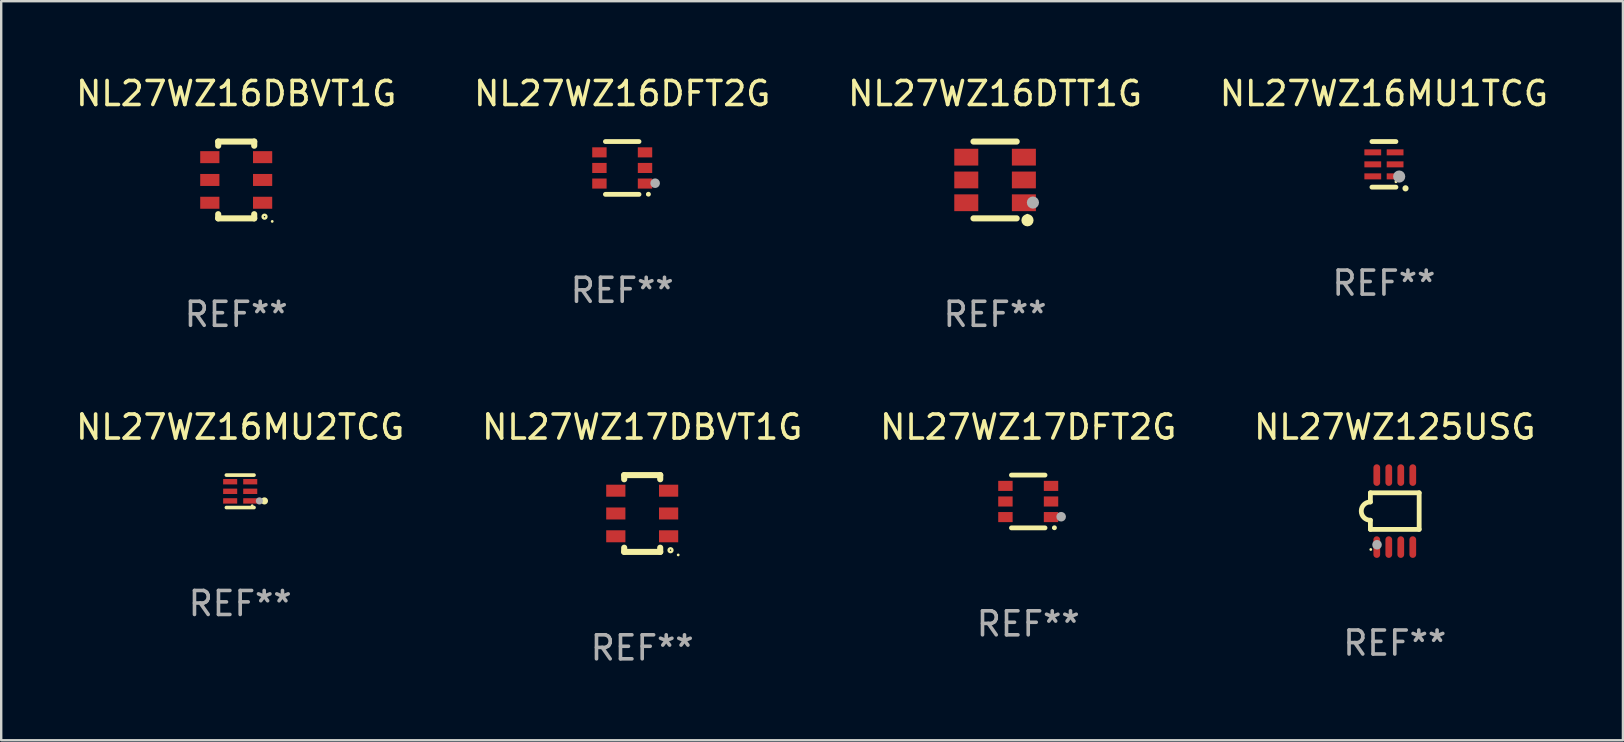
<source format=kicad_pcb>
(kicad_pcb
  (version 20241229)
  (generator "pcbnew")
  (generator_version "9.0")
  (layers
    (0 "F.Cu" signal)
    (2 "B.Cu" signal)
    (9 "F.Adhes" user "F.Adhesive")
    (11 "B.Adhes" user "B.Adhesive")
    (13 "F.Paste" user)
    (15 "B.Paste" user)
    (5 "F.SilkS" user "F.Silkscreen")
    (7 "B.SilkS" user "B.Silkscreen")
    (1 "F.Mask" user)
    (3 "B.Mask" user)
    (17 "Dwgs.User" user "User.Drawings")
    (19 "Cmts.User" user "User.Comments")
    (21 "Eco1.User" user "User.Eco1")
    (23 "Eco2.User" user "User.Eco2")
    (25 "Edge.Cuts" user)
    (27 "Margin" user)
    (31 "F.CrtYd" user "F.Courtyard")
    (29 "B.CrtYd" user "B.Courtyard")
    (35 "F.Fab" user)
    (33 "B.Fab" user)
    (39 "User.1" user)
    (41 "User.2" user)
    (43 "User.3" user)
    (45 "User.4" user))
  (footprint "NL27WZ16MU1TCG"
    (layer "F.Cu")
    (at 54.613 3.798)
    (property "Reference" "NL27WZ16MU1TCG" (at 0 -2.95 0) (layer "F.SilkS") (effects (font (size 1 1) (thickness 0.15))))
    (attr through_hole)
    (fp_line (start 0.5 -0.95) (end -0.5 -0.95) (stroke (width 0.2) (type solid)) (layer "F.SilkS"))
    (fp_line (start 0.5 0.95) (end -0.5 0.95) (stroke (width 0.2) (type solid)) (layer "F.SilkS"))
    (fp_arc (start 0.899162 1.000762) (mid 0.899154 0.999492) (end 0.899162 0.998222) (stroke (width 0.254001) (type solid)) (layer "F.SilkS"))
    (fp_circle (center 0.5 0.725) (end 0.53 0.725) (stroke (width 0.06) (type solid)) (fill no) (layer "F.SilkS"))
    (fp_circle (center 0.635 0.508) (end 0.762 0.508) (stroke (width 0.254) (type solid)) (fill no) (layer "F.Fab"))
    (fp_text user "REF**" (at 0 4.95 0) (layer "F.Fab") (effects (font (size 1 1) (thickness 0.15))))
    (pad "1" smd rect (at 0.465 0.5 90) (size 0.25 0.7) (layers "F.Cu" "F.Mask" "F.Paste"))
    (pad "2" smd rect (at 0.465 0.000127 90) (size 0.25 0.7) (layers "F.Cu" "F.Mask" "F.Paste"))
    (pad "3" smd rect (at 0.465 -0.5 90) (size 0.25 0.7) (layers "F.Cu" "F.Mask" "F.Paste"))
    (pad "4" smd rect (at -0.465 -0.5 270) (size 0.25 0.7) (layers "F.Cu" "F.Mask" "F.Paste"))
    (pad "5" smd rect (at -0.465 0.000127 270) (size 0.25 0.7) (layers "F.Cu" "F.Mask" "F.Paste"))
    (pad "6" smd rect (at -0.465 0.5 270) (size 0.25 0.7) (layers "F.Cu" "F.Mask" "F.Paste")))
  (footprint "NL27WZ17DBVT1G"
    (layer "F.Cu")
    (at 23.708 18.345)
    (property "Reference" "NL27WZ17DBVT1G" (at 0 -3.6 0) (layer "F.SilkS") (effects (font (size 1 1) (thickness 0.15))))
    (attr through_hole)
    (fp_line (start -0.75 -1.6) (end -0.75 -1.426) (stroke (width 0.254) (type solid)) (layer "F.SilkS"))
    (fp_line (start -0.75 -1.6) (end 0.75 -1.6) (stroke (width 0.254) (type solid)) (layer "F.SilkS"))
    (fp_line (start -0.75 1.426) (end -0.75 1.6) (stroke (width 0.254) (type solid)) (layer "F.SilkS"))
    (fp_line (start -0.75 1.6) (end 0.75 1.6) (stroke (width 0.254) (type solid)) (layer "F.SilkS"))
    (fp_line (start 0.75 -1.6) (end 0.75 -1.426) (stroke (width 0.254) (type solid)) (layer "F.SilkS"))
    (fp_line (start 0.75 1.426) (end 0.75 1.6) (stroke (width 0.254) (type solid)) (layer "F.SilkS"))
    (fp_circle (center 1.18 1.53) (end 1.26 1.53) (stroke (width 0.1) (type solid)) (fill no) (layer "F.SilkS"))
    (fp_circle (center 1.5 1.727) (end 1.53 1.727) (stroke (width 0.06) (type solid)) (fill no) (layer "F.SilkS"))
    (fp_text user "REF**" (at 0 5.6 0) (layer "F.Fab") (effects (font (size 1 1) (thickness 0.15))))
    (pad "1" smd rect (at 1.1 0.95 90) (size 0.5 0.8) (layers "F.Cu" "F.Mask" "F.Paste"))
    (pad "2" smd rect (at 1.1 0 90) (size 0.5 0.8) (layers "F.Cu" "F.Mask" "F.Paste"))
    (pad "3" smd rect (at 1.1 -0.95 90) (size 0.5 0.8) (layers "F.Cu" "F.Mask" "F.Paste"))
    (pad "4" smd rect (at -1.1 -0.95 90) (size 0.5 0.8) (layers "F.Cu" "F.Mask" "F.Paste"))
    (pad "5" smd rect (at -1.1 0 90) (size 0.5 0.8) (layers "F.Cu" "F.Mask" "F.Paste"))
    (pad "6" smd rect (at -1.1 0.95 90) (size 0.5 0.8) (layers "F.Cu" "F.Mask" "F.Paste")))
  (footprint "NL27WZ16MU2TCG"
    (layer "F.Cu")
    (at 6.958 17.421)
    (property "Reference" "NL27WZ16MU2TCG" (at 0 -2.676 0) (layer "F.SilkS") (effects (font (size 1 1) (thickness 0.15))))
    (attr through_hole)
    (fp_line (start 0.576 -0.676) (end -0.576 -0.676) (stroke (width 0.152) (type solid)) (layer "F.SilkS"))
    (fp_line (start 0.576 0.676) (end -0.576 0.676) (stroke (width 0.152) (type solid)) (layer "F.SilkS"))
    (fp_circle (center 0.5 0.6) (end 0.53 0.6) (stroke (width 0.06) (type solid)) (fill no) (layer "F.SilkS"))
    (fp_circle (center 1.01 0.4) (end 1.085 0.4) (stroke (width 0.15) (type solid)) (fill no) (layer "F.SilkS"))
    (fp_circle (center 0.8 0.4) (end 0.875 0.4) (stroke (width 0.15) (type solid)) (fill no) (layer "F.Fab"))
    (fp_text user "REF**" (at 0 4.676 0) (layer "F.Fab") (effects (font (size 1 1) (thickness 0.15))))
    (pad "1" smd rect (at 0.418 0.4 90) (size 0.224 0.585) (layers "F.Cu" "F.Mask" "F.Paste"))
    (pad "2" smd rect (at 0.418 0.000025 90) (size 0.224 0.585) (layers "F.Cu" "F.Mask" "F.Paste"))
    (pad "3" smd rect (at 0.418 -0.4 90) (size 0.224 0.585) (layers "F.Cu" "F.Mask" "F.Paste"))
    (pad "4" smd rect (at -0.418 -0.4 90) (size 0.224 0.585) (layers "F.Cu" "F.Mask" "F.Paste"))
    (pad "5" smd rect (at -0.418 0.000025 90) (size 0.224 0.585) (layers "F.Cu" "F.Mask" "F.Paste"))
    (pad "6" smd rect (at -0.418 0.4 90) (size 0.224 0.585) (layers "F.Cu" "F.Mask" "F.Paste")))
  (footprint "NL27WZ16DFT2G"
    (layer "F.Cu")
    (at 22.875 3.948)
    (property "Reference" "NL27WZ16DFT2G" (at 0 -3.1 0) (layer "F.SilkS") (effects (font (size 1 1) (thickness 0.15))))
    (attr through_hole)
    (fp_line (start -0.7 -1.1) (end 0.7 -1.1) (stroke (width 0.2) (type solid)) (layer "F.SilkS"))
    (fp_line (start -0.7 1.1) (end 0.7 1.1) (stroke (width 0.2) (type solid)) (layer "F.SilkS"))
    (fp_arc (start 1.090932 1.094209) (mid 1.092202 1.094203) (end 1.093472 1.094209) (stroke (width 0.2) (type solid)) (layer "F.SilkS"))
    (fp_circle (center 1.053 1.1) (end 1.083 1.1) (stroke (width 0.06) (type solid)) (fill no) (layer "F.SilkS"))
    (fp_circle (center 1.372 0.635) (end 1.472 0.635) (stroke (width 0.2) (type solid)) (fill no) (layer "F.Fab"))
    (fp_text user "REF**" (at 0 5.1 0) (layer "F.Fab") (effects (font (size 1 1) (thickness 0.15))))
    (pad "1" smd rect (at 0.95 0.65 90) (size 0.42 0.6) (layers "F.Cu" "F.Mask" "F.Paste"))
    (pad "2" smd rect (at 0.95 0 90) (size 0.42 0.6) (layers "F.Cu" "F.Mask" "F.Paste"))
    (pad "3" smd rect (at 0.95 -0.65 90) (size 0.42 0.6) (layers "F.Cu" "F.Mask" "F.Paste"))
    (pad "4" smd rect (at -0.95 -0.65 270) (size 0.42 0.6) (layers "F.Cu" "F.Mask" "F.Paste"))
    (pad "5" smd rect (at -0.95 0 270) (size 0.42 0.6) (layers "F.Cu" "F.Mask" "F.Paste"))
    (pad "6" smd rect (at -0.95 0.65 270) (size 0.42 0.6) (layers "F.Cu" "F.Mask" "F.Paste")))
  (footprint "NL27WZ16DBVT1G"
    (layer "F.Cu")
    (at 6.792 4.448)
    (property "Reference" "NL27WZ16DBVT1G" (at 0 -3.6 0) (layer "F.SilkS") (effects (font (size 1 1) (thickness 0.15))))
    (attr through_hole)
    (fp_line (start -0.75 -1.6) (end -0.75 -1.426) (stroke (width 0.254) (type solid)) (layer "F.SilkS"))
    (fp_line (start -0.75 -1.6) (end 0.75 -1.6) (stroke (width 0.254) (type solid)) (layer "F.SilkS"))
    (fp_line (start -0.75 1.426) (end -0.75 1.6) (stroke (width 0.254) (type solid)) (layer "F.SilkS"))
    (fp_line (start -0.75 1.6) (end 0.75 1.6) (stroke (width 0.254) (type solid)) (layer "F.SilkS"))
    (fp_line (start 0.75 -1.6) (end 0.75 -1.426) (stroke (width 0.254) (type solid)) (layer "F.SilkS"))
    (fp_line (start 0.75 1.426) (end 0.75 1.6) (stroke (width 0.254) (type solid)) (layer "F.SilkS"))
    (fp_circle (center 1.18 1.53) (end 1.26 1.53) (stroke (width 0.1) (type solid)) (fill no) (layer "F.SilkS"))
    (fp_circle (center 1.5 1.727) (end 1.53 1.727) (stroke (width 0.06) (type solid)) (fill no) (layer "F.SilkS"))
    (fp_text user "REF**" (at 0 5.6 0) (layer "F.Fab") (effects (font (size 1 1) (thickness 0.15))))
    (pad "1" smd rect (at 1.1 0.95 90) (size 0.5 0.8) (layers "F.Cu" "F.Mask" "F.Paste"))
    (pad "2" smd rect (at 1.1 0 90) (size 0.5 0.8) (layers "F.Cu" "F.Mask" "F.Paste"))
    (pad "3" smd rect (at 1.1 -0.95 90) (size 0.5 0.8) (layers "F.Cu" "F.Mask" "F.Paste"))
    (pad "4" smd rect (at -1.1 -0.95 90) (size 0.5 0.8) (layers "F.Cu" "F.Mask" "F.Paste"))
    (pad "5" smd rect (at -1.1 0 90) (size 0.5 0.8) (layers "F.Cu" "F.Mask" "F.Paste"))
    (pad "6" smd rect (at -1.1 0.95 90) (size 0.5 0.8) (layers "F.Cu" "F.Mask" "F.Paste")))
  (footprint "NL27WZ125USG"
    (layer "F.Cu")
    (at 55.065 18.245)
    (property "Reference" "NL27WZ125USG" (at 0 -3.5 0) (layer "F.SilkS") (effects (font (size 1 1) (thickness 0.15))))
    (attr through_hole)
    (fp_line (start -1.016 -0.762) (end 1.016 -0.762) (stroke (width 0.2) (type solid)) (layer "F.SilkS"))
    (fp_line (start -1.016 -0.381) (end -1.016 -0.762) (stroke (width 0.2) (type solid)) (layer "F.SilkS"))
    (fp_line (start -1.016 0.762) (end -1.016 0.381) (stroke (width 0.2) (type solid)) (layer "F.SilkS"))
    (fp_line (start 1.016 -0.762) (end 1.016 0.762) (stroke (width 0.2) (type solid)) (layer "F.SilkS"))
    (fp_line (start 1.016 0.762) (end -1.016 0.762) (stroke (width 0.2) (type solid)) (layer "F.SilkS"))
    (fp_arc (start -1.016002 0.381001) (mid -1.396698 -0.000025) (end -1.016002 -0.381051) (stroke (width 0.2) (type solid)) (layer "F.SilkS"))
    (fp_circle (center -1 1.6) (end -0.97 1.6) (stroke (width 0.06) (type solid)) (fill no) (layer "F.SilkS"))
    (fp_circle (center -0.74 1.402) (end -0.64 1.402) (stroke (width 0.2) (type solid)) (fill no) (layer "F.Fab"))
    (fp_text user "REF**" (at 0 5.5 0) (layer "F.Fab") (effects (font (size 1 1) (thickness 0.15))))
    (pad "1" smd oval (at -0.75 1.5) (size 0.28 0.9) (layers "F.Cu" "F.Mask" "F.Paste"))
    (pad "2" smd oval (at -0.25 1.5) (size 0.28 0.9) (layers "F.Cu" "F.Mask" "F.Paste"))
    (pad "3" smd oval (at 0.25 1.5) (size 0.28 0.9) (layers "F.Cu" "F.Mask" "F.Paste"))
    (pad "4" smd oval (at 0.75 1.5) (size 0.28 0.9) (layers "F.Cu" "F.Mask" "F.Paste"))
    (pad "5" smd oval (at 0.75 -1.5) (size 0.28 0.9) (layers "F.Cu" "F.Mask" "F.Paste"))
    (pad "6" smd oval (at 0.25 -1.5) (size 0.28 0.9) (layers "F.Cu" "F.Mask" "F.Paste"))
    (pad "7" smd oval (at -0.25 -1.5) (size 0.28 0.9) (layers "F.Cu" "F.Mask" "F.Paste"))
    (pad "8" smd oval (at -0.75 -1.5) (size 0.28 0.9) (layers "F.Cu" "F.Mask" "F.Paste")))
  (footprint "NL27WZ17DFT2G"
    (layer "F.Cu")
    (at 39.792 17.845)
    (property "Reference" "NL27WZ17DFT2G" (at 0 -3.1 0) (layer "F.SilkS") (effects (font (size 1 1) (thickness 0.15))))
    (attr through_hole)
    (fp_line (start -0.7 -1.1) (end 0.7 -1.1) (stroke (width 0.2) (type solid)) (layer "F.SilkS"))
    (fp_line (start -0.7 1.1) (end 0.7 1.1) (stroke (width 0.2) (type solid)) (layer "F.SilkS"))
    (fp_arc (start 1.090932 1.094209) (mid 1.092202 1.094203) (end 1.093472 1.094209) (stroke (width 0.2) (type solid)) (layer "F.SilkS"))
    (fp_circle (center 1.053 1.1) (end 1.083 1.1) (stroke (width 0.06) (type solid)) (fill no) (layer "F.SilkS"))
    (fp_circle (center 1.372 0.635) (end 1.472 0.635) (stroke (width 0.2) (type solid)) (fill no) (layer "F.Fab"))
    (fp_text user "REF**" (at 0 5.1 0) (layer "F.Fab") (effects (font (size 1 1) (thickness 0.15))))
    (pad "1" smd rect (at 0.95 0.65 90) (size 0.42 0.6) (layers "F.Cu" "F.Mask" "F.Paste"))
    (pad "2" smd rect (at 0.95 0 90) (size 0.42 0.6) (layers "F.Cu" "F.Mask" "F.Paste"))
    (pad "3" smd rect (at 0.95 -0.65 90) (size 0.42 0.6) (layers "F.Cu" "F.Mask" "F.Paste"))
    (pad "4" smd rect (at -0.95 -0.65 270) (size 0.42 0.6) (layers "F.Cu" "F.Mask" "F.Paste"))
    (pad "5" smd rect (at -0.95 0 270) (size 0.42 0.6) (layers "F.Cu" "F.Mask" "F.Paste"))
    (pad "6" smd rect (at -0.95 0.65 270) (size 0.42 0.6) (layers "F.Cu" "F.Mask" "F.Paste")))
  (footprint "NL27WZ16DTT1G"
    (layer "F.Cu")
    (at 38.411 4.448)
    (property "Reference" "NL27WZ16DTT1G" (at 0 -3.6 0) (layer "F.SilkS") (effects (font (size 1 1) (thickness 0.15))))
    (attr through_hole)
    (fp_line (start -0.9 -1.6) (end 0.9 -1.6) (stroke (width 0.254) (type solid)) (layer "F.SilkS"))
    (fp_line (start -0.9 1.6) (end 0.9 1.6) (stroke (width 0.254) (type solid)) (layer "F.SilkS"))
    (fp_circle (center 1.345 1.47) (end 1.375 1.47) (stroke (width 0.06) (type solid)) (fill no) (layer "F.SilkS"))
    (fp_circle (center 1.35 1.68) (end 1.477 1.68) (stroke (width 0.254) (type solid)) (fill no) (layer "F.SilkS"))
    (fp_circle (center 1.577 0.942) (end 1.704 0.942) (stroke (width 0.254) (type solid)) (fill no) (layer "F.Fab"))
    (fp_text user "REF**" (at 0 5.6 0) (layer "F.Fab") (effects (font (size 1 1) (thickness 0.15))))
    (pad "1" smd rect (at 1.2 0.95) (size 1 0.7) (layers "F.Cu" "F.Mask" "F.Paste"))
    (pad "2" smd rect (at 1.2 0.000102) (size 1 0.7) (layers "F.Cu" "F.Mask" "F.Paste"))
    (pad "3" smd rect (at 1.2 -0.95) (size 1 0.7) (layers "F.Cu" "F.Mask" "F.Paste"))
    (pad "4" smd rect (at -1.2 -0.95) (size 1 0.7) (layers "F.Cu" "F.Mask" "F.Paste"))
    (pad "5" smd rect (at -1.2 0.000102) (size 1 0.7) (layers "F.Cu" "F.Mask" "F.Paste"))
    (pad "6" smd rect (at -1.2 0.95) (size 1 0.7) (layers "F.Cu" "F.Mask" "F.Paste")))
  (gr_rect
    (start -3 -3)
    (end 64.571 27.793)
    (stroke (width 0.1) (type default))
    (fill no)
    (layer "Edge.Cuts")))
</source>
